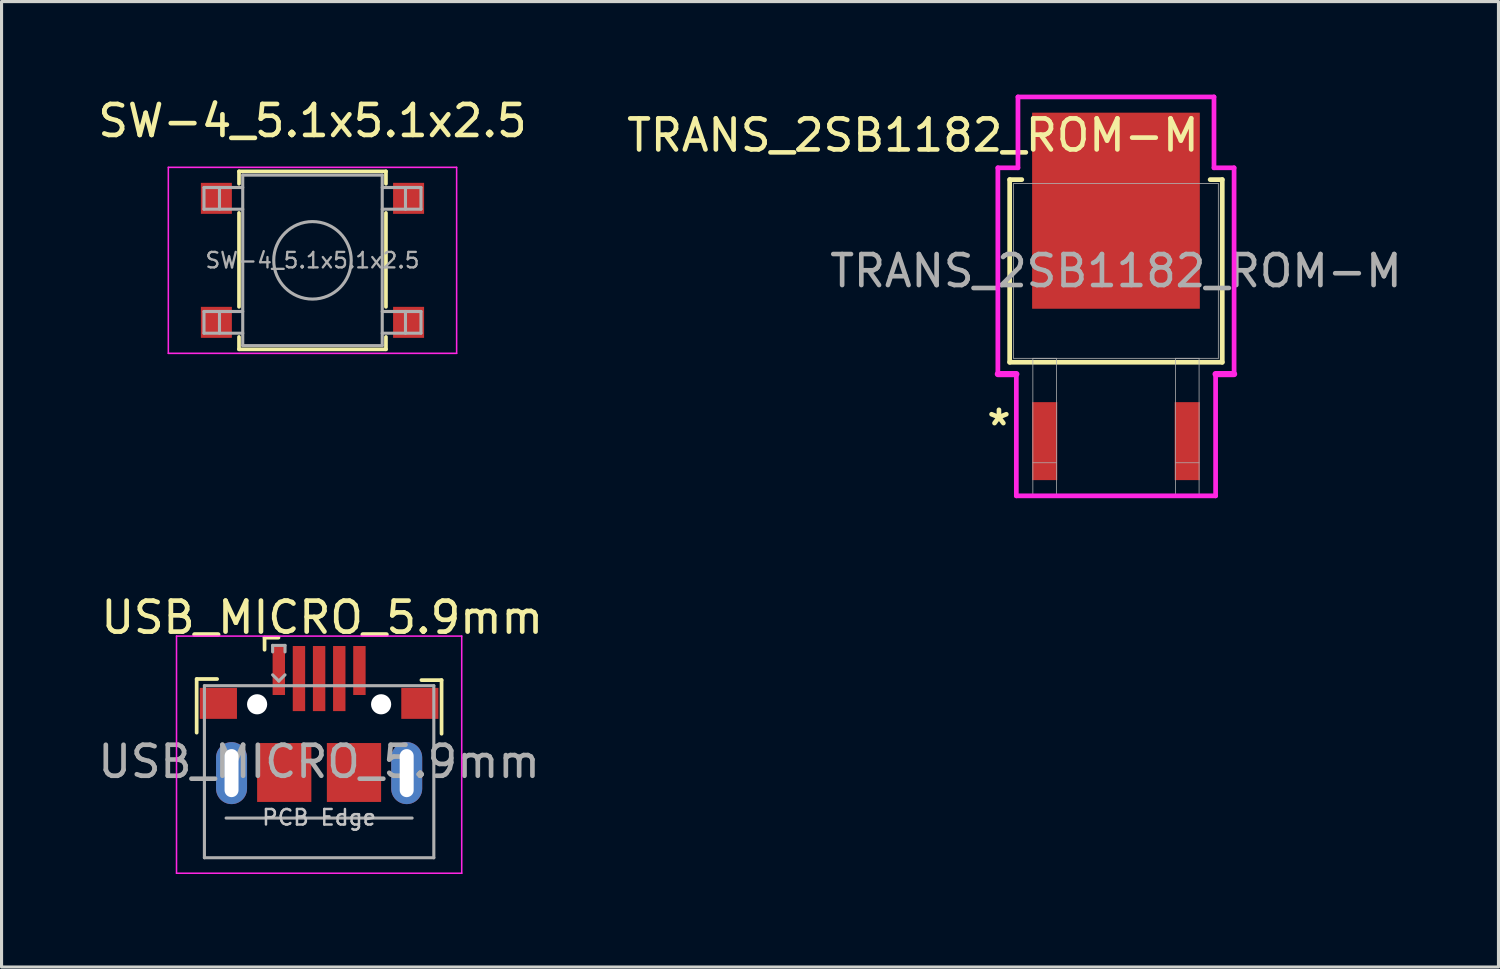
<source format=kicad_pcb>
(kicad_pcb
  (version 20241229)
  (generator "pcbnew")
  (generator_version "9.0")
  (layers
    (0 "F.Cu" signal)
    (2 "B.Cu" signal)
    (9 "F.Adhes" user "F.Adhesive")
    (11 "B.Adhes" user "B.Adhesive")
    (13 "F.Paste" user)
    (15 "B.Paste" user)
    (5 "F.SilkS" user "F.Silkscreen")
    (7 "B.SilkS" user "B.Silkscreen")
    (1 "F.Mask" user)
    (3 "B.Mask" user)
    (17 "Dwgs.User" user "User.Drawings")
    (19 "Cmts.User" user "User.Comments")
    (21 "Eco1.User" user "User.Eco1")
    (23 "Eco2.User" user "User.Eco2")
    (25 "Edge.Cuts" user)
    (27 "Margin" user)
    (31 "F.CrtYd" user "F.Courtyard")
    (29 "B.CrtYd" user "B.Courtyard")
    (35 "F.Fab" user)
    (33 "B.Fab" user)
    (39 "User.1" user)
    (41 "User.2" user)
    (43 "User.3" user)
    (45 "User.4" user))
  (footprint "TRANS_2SB1182_ROM-M"
    (layer "F.Cu")
    (at 32.949 5.69)
    (property "Reference" "TRANS_2SB1182_ROM-M" (at -6.55 -4.375 0) (unlocked yes) (layer "F.SilkS") (effects (font (size 1 1) (thickness 0.15))))
    (attr smd)
    (fp_line (start -3.429 -2.946) (end -3.429 2.946) (stroke (width 0.152) (type solid)) (layer "F.SilkS"))
    (fp_line (start -3.429 2.946) (end 3.429 2.946) (stroke (width 0.152) (type solid)) (layer "F.SilkS"))
    (fp_line (start -3.038 -2.946) (end -3.429 -2.946) (stroke (width 0.152) (type solid)) (layer "F.SilkS"))
    (fp_line (start 3.429 -2.946) (end 3.038 -2.946) (stroke (width 0.152) (type solid)) (layer "F.SilkS"))
    (fp_line (start 3.429 2.946) (end 3.429 -2.946) (stroke (width 0.152) (type solid)) (layer "F.SilkS"))
    (fp_line (start -3.81 -3.327) (end -3.162 -3.327) (stroke (width 0.152) (type solid)) (layer "F.CrtYd"))
    (fp_line (start -3.81 3.327) (end -3.81 -3.327) (stroke (width 0.152) (type solid)) (layer "F.CrtYd"))
    (fp_line (start -3.214 3.327) (end -3.81 3.327) (stroke (width 0.2) (type default)) (layer "F.CrtYd"))
    (fp_line (start -3.214 7.255) (end -3.214 3.327) (stroke (width 0.152) (type solid)) (layer "F.CrtYd"))
    (fp_line (start -3.162 -5.613) (end 3.162 -5.613) (stroke (width 0.152) (type solid)) (layer "F.CrtYd"))
    (fp_line (start -3.162 -3.327) (end -3.162 -5.613) (stroke (width 0.152) (type solid)) (layer "F.CrtYd"))
    (fp_line (start 3.162 -5.613) (end 3.162 -3.327) (stroke (width 0.152) (type solid)) (layer "F.CrtYd"))
    (fp_line (start 3.162 -3.327) (end 3.81 -3.327) (stroke (width 0.152) (type solid)) (layer "F.CrtYd"))
    (fp_line (start 3.214 3.327) (end 3.214 7.255) (stroke (width 0.152) (type solid)) (layer "F.CrtYd"))
    (fp_line (start 3.214 3.327) (end 3.81 3.327) (stroke (width 0.2) (type default)) (layer "F.CrtYd"))
    (fp_line (start 3.214 7.255) (end -3.214 7.255) (stroke (width 0.152) (type solid)) (layer "F.CrtYd"))
    (fp_line (start 3.81 -3.327) (end 3.81 3.327) (stroke (width 0.152) (type solid)) (layer "F.CrtYd"))
    (fp_line (start -3.302 -2.819) (end -3.302 2.819) (stroke (width 0.025) (type solid)) (layer "F.Fab"))
    (fp_line (start -3.302 2.819) (end 3.302 2.819) (stroke (width 0.025) (type solid)) (layer "F.Fab"))
    (fp_line (start -2.681 2.819) (end -2.681 7.188) (stroke (width 0.025) (type solid)) (layer "F.Fab"))
    (fp_line (start -2.681 6.188) (end -1.919 6.188) (stroke (width 0.025) (type solid)) (layer "F.Fab"))
    (fp_line (start -1.919 2.819) (end -2.681 2.819) (stroke (width 0.025) (type solid)) (layer "F.Fab"))
    (fp_line (start -1.919 7.188) (end -1.919 2.819) (stroke (width 0.025) (type solid)) (layer "F.Fab"))
    (fp_line (start 1.919 2.819) (end 1.919 7.188) (stroke (width 0.025) (type solid)) (layer "F.Fab"))
    (fp_line (start 1.919 6.188) (end 2.681 6.188) (stroke (width 0.025) (type solid)) (layer "F.Fab"))
    (fp_line (start 2.681 2.819) (end 1.919 2.819) (stroke (width 0.025) (type solid)) (layer "F.Fab"))
    (fp_line (start 2.681 7.188) (end 2.681 2.819) (stroke (width 0.025) (type solid)) (layer "F.Fab"))
    (fp_line (start 3.302 -2.819) (end -3.302 -2.819) (stroke (width 0.025) (type solid)) (layer "F.Fab"))
    (fp_line (start 3.302 2.819) (end 3.302 -2.819) (stroke (width 0.025) (type solid)) (layer "F.Fab"))
    (fp_text user "*" (at -3.775 5.025 0) (layer "F.SilkS") (effects (font (size 1 1) (thickness 0.15))))
    (fp_text user "${REFERENCE}" (at 0 0 0) (unlocked yes) (layer "F.Fab") (effects (font (size 1 1) (thickness 0.15))))
    (pad "1" smd rect (at -2.3 5.49) (size 0.813 2.515) (layers "F.Cu" "F.Mask" "F.Paste"))
    (pad "2" smd rect (at 2.3 5.49) (size 0.813 2.515) (layers "F.Cu" "F.Mask" "F.Paste"))
    (pad "3" smd rect (at 0 -1.943) (size 5.41 6.325) (layers "F.Cu" "F.Mask" "F.Paste")))
  (footprint "USB_MICRO_5.9mm"
    (layer "F.Cu")
    (at 7.244 20.669)
    (property "Reference" "USB_MICRO_5.9mm" (at 0.1 -3.8 0) (layer "F.SilkS") (effects (font (size 1 1) (thickness 0.15))))
    (attr smd)
    (fp_line (start -3.95 -1.815) (end -3.29 -1.815) (stroke (width 0.12) (type solid)) (layer "F.SilkS"))
    (fp_line (start -3.95 -0.085) (end -3.95 -1.815) (stroke (width 0.12) (type solid)) (layer "F.SilkS"))
    (fp_line (start -1.76 -3.15) (end -1.76 -2.76) (stroke (width 0.12) (type solid)) (layer "F.SilkS"))
    (fp_line (start -1.76 -3.15) (end -1.31 -3.15) (stroke (width 0.12) (type solid)) (layer "F.SilkS"))
    (fp_line (start 3.95 -1.78) (end 3.3 -1.78) (stroke (width 0.12) (type solid)) (layer "F.SilkS"))
    (fp_line (start 3.95 -0.05) (end 3.95 -1.78) (stroke (width 0.12) (type solid)) (layer "F.SilkS"))
    (fp_line (start -4.6 -3.2) (end 4.6 -3.2) (stroke (width 0.05) (type solid)) (layer "F.CrtYd"))
    (fp_line (start -4.6 4.45) (end -4.6 -3.2) (stroke (width 0.05) (type solid)) (layer "F.CrtYd"))
    (fp_line (start -4.6 4.45) (end 4.6 4.45) (stroke (width 0.05) (type solid)) (layer "F.CrtYd"))
    (fp_line (start 4.6 -3.2) (end 4.6 4.45) (stroke (width 0.05) (type solid)) (layer "F.CrtYd"))
    (fp_line (start -3.7 -1.6) (end 3.7 -1.6) (stroke (width 0.1) (type solid)) (layer "F.Fab"))
    (fp_line (start -3.7 3.95) (end -3.7 -1.6) (stroke (width 0.1) (type solid)) (layer "F.Fab"))
    (fp_line (start -3.7 3.95) (end 3.7 3.95) (stroke (width 0.1) (type solid)) (layer "F.Fab"))
    (fp_line (start -3 2.67) (end 3 2.67) (stroke (width 0.1) (type solid)) (layer "F.Fab"))
    (fp_line (start -1.5 -2.9) (end -1.5 -2.69) (stroke (width 0.1) (type solid)) (layer "F.Fab"))
    (fp_line (start -1.5 -2.9) (end -1.1 -2.9) (stroke (width 0.1) (type solid)) (layer "F.Fab"))
    (fp_line (start -1.3 -1.75) (end -1.5 -1.95) (stroke (width 0.1) (type solid)) (layer "F.Fab"))
    (fp_line (start -1.1 -2.9) (end -1.1 -2.69) (stroke (width 0.1) (type solid)) (layer "F.Fab"))
    (fp_line (start -1.1 -1.95) (end -1.3 -1.75) (stroke (width 0.1) (type solid)) (layer "F.Fab"))
    (fp_line (start 3.7 3.95) (end 3.7 -1.6) (stroke (width 0.1) (type solid)) (layer "F.Fab"))
    (fp_text user "PCB Edge" (at 0 2.65 0) (layer "Dwgs.User") (effects (font (size 0.5 0.5) (thickness 0.08))))
    (fp_text user "${REFERENCE}" (at 0 0.85 0) (layer "F.Fab") (effects (font (size 1 1) (thickness 0.15))))
    (pad "" np_thru_hole circle (at -2 -1) (size 0.65 0.65) (drill 0.65) (layers "*.Cu" "*.Mask"))
    (pad "" np_thru_hole circle (at 2 -1) (size 0.65 0.65) (drill 0.65) (layers "*.Cu" "*.Mask"))
    (pad "1" smd rect (at -1.3 -2.09) (size 0.4 1.58) (layers "F.Cu" "F.Mask" "F.Paste"))
    (pad "2" smd rect (at -0.65 -1.83) (size 0.4 2.1) (layers "F.Cu" "F.Mask" "F.Paste"))
    (pad "3" smd rect (at 0 -1.83) (size 0.4 2.1) (layers "F.Cu" "F.Mask" "F.Paste"))
    (pad "4" smd rect (at 0.65 -1.83) (size 0.4 2.1) (layers "F.Cu" "F.Mask" "F.Paste"))
    (pad "5" smd rect (at 1.3 -2.09) (size 0.4 1.58) (layers "F.Cu" "F.Mask" "F.Paste"))
    (pad "6" smd rect (at -3.25 -1.03) (size 1.2 1) (layers "F.Cu" "F.Mask" "F.Paste"))
    (pad "6" thru_hole oval (at -2.825 1.22 180) (size 1 2) (drill oval 0.45 1.55) (layers "*.Cu" "*.Mask"))
    (pad "6" smd rect (at -1.125 1.2) (size 1.75 1.9) (layers "F.Cu" "F.Mask" "F.Paste"))
    (pad "6" smd rect (at 1.125 1.2) (size 1.75 1.9) (layers "F.Cu" "F.Mask" "F.Paste"))
    (pad "6" thru_hole oval (at 2.825 1.22) (size 1 2) (drill oval 0.45 1.55) (layers "*.Cu" "*.Mask"))
    (pad "6" smd rect (at 3.25 -1.03) (size 1.2 1) (layers "F.Cu" "F.Mask" "F.Paste")))
  (footprint "SW-4_5.1x5.1x2.5"
    (layer "F.Cu")
    (at 7.08 5.298)
    (property "Reference" "SW-4_5.1x5.1x2.5" (at -0.05 -4.45 180) (layer "F.SilkS") (effects (font (size 1 1) (thickness 0.15))))
    (attr smd)
    (fp_line (start -2.42 -2.82) (end -2.42 -2.42) (stroke (width 0.12) (type solid)) (layer "F.SilkS"))
    (fp_line (start -2.42 -2.82) (end 2.32 -2.82) (stroke (width 0.12) (type solid)) (layer "F.SilkS"))
    (fp_line (start -2.42 1.55) (end -2.42 -1.48) (stroke (width 0.12) (type solid)) (layer "F.SilkS"))
    (fp_line (start -2.42 2.92) (end -2.42 2.52) (stroke (width 0.12) (type solid)) (layer "F.SilkS"))
    (fp_line (start -2.42 2.92) (end 2.32 2.92) (stroke (width 0.12) (type solid)) (layer "F.SilkS"))
    (fp_line (start 2.32 -2.82) (end 2.32 -2.42) (stroke (width 0.12) (type solid)) (layer "F.SilkS"))
    (fp_line (start 2.32 1.55) (end 2.32 -1.48) (stroke (width 0.12) (type solid)) (layer "F.SilkS"))
    (fp_line (start 2.32 2.92) (end 2.32 2.52) (stroke (width 0.12) (type solid)) (layer "F.SilkS"))
    (fp_line (start -4.7 -2.95) (end 4.6 -2.95) (stroke (width 0.05) (type solid)) (layer "F.CrtYd"))
    (fp_line (start -4.7 3.05) (end -4.7 -2.95) (stroke (width 0.05) (type solid)) (layer "F.CrtYd"))
    (fp_line (start 4.6 -2.95) (end 4.6 3.05) (stroke (width 0.05) (type solid)) (layer "F.CrtYd"))
    (fp_line (start 4.6 3.05) (end -4.7 3.05) (stroke (width 0.05) (type solid)) (layer "F.CrtYd"))
    (fp_line (start -3.55 -2.3) (end -3.55 -1.6) (stroke (width 0.1) (type solid)) (layer "F.Fab"))
    (fp_line (start -3.55 -1.6) (end -2.3 -1.6) (stroke (width 0.1) (type solid)) (layer "F.Fab"))
    (fp_line (start -3.55 1.7) (end -3.55 2.4) (stroke (width 0.1) (type solid)) (layer "F.Fab"))
    (fp_line (start -3.55 2.4) (end -2.3 2.4) (stroke (width 0.1) (type solid)) (layer "F.Fab"))
    (fp_line (start -3.05 -2.3) (end -3.05 -1.6) (stroke (width 0.1) (type solid)) (layer "F.Fab"))
    (fp_line (start -3.05 1.7) (end -3.05 2.4) (stroke (width 0.1) (type solid)) (layer "F.Fab"))
    (fp_line (start -2.3 -2.7) (end 2.2 -2.7) (stroke (width 0.1) (type solid)) (layer "F.Fab"))
    (fp_line (start -2.3 -2.3) (end -3.55 -2.3) (stroke (width 0.1) (type solid)) (layer "F.Fab"))
    (fp_line (start -2.3 1.7) (end -3.55 1.7) (stroke (width 0.1) (type solid)) (layer "F.Fab"))
    (fp_line (start -2.3 2.8) (end -2.3 -2.7) (stroke (width 0.1) (type solid)) (layer "F.Fab"))
    (fp_line (start 2.2 -2.7) (end 2.2 2.8) (stroke (width 0.1) (type solid)) (layer "F.Fab"))
    (fp_line (start 2.2 -1.6) (end 3.45 -1.6) (stroke (width 0.1) (type solid)) (layer "F.Fab"))
    (fp_line (start 2.2 1.7) (end 3.45 1.7) (stroke (width 0.1) (type solid)) (layer "F.Fab"))
    (fp_line (start 2.2 2.8) (end -2.3 2.8) (stroke (width 0.1) (type solid)) (layer "F.Fab"))
    (fp_line (start 2.95 -2.3) (end 2.95 -1.6) (stroke (width 0.1) (type solid)) (layer "F.Fab"))
    (fp_line (start 2.95 1.7) (end 2.95 2.4) (stroke (width 0.1) (type solid)) (layer "F.Fab"))
    (fp_line (start 3.45 -2.3) (end 2.2 -2.3) (stroke (width 0.1) (type solid)) (layer "F.Fab"))
    (fp_line (start 3.45 -1.6) (end 3.45 -2.3) (stroke (width 0.1) (type solid)) (layer "F.Fab"))
    (fp_line (start 3.45 1.7) (end 3.45 2.4) (stroke (width 0.1) (type solid)) (layer "F.Fab"))
    (fp_line (start 3.45 2.4) (end 2.2 2.4) (stroke (width 0.1) (type solid)) (layer "F.Fab"))
    (fp_circle (center -0.05 0.05) (end 1.2 0.05) (stroke (width 0.1) (type solid)) (fill no) (layer "F.Fab"))
    (fp_text user "${REFERENCE}" (at -0.05 0.05 180) (layer "F.Fab") (effects (font (size 0.5 0.5) (thickness 0.075))))
    (pad "1" smd rect (at -3.15 -1.95) (size 1 1) (layers "F.Cu" "F.Mask" "F.Paste"))
    (pad "1" smd rect (at 3.05 -1.95) (size 1 1) (layers "F.Cu" "F.Mask" "F.Paste"))
    (pad "2" smd rect (at -3.15 2.05) (size 1 1) (layers "F.Cu" "F.Mask" "F.Paste"))
    (pad "2" smd rect (at 3.05 2.05) (size 1 1) (layers "F.Cu" "F.Mask" "F.Paste")))
  (gr_rect
    (start -3 -3)
    (end 45.288 28.144)
    (stroke (width 0.1) (type default))
    (fill no)
    (layer "Edge.Cuts")))
</source>
